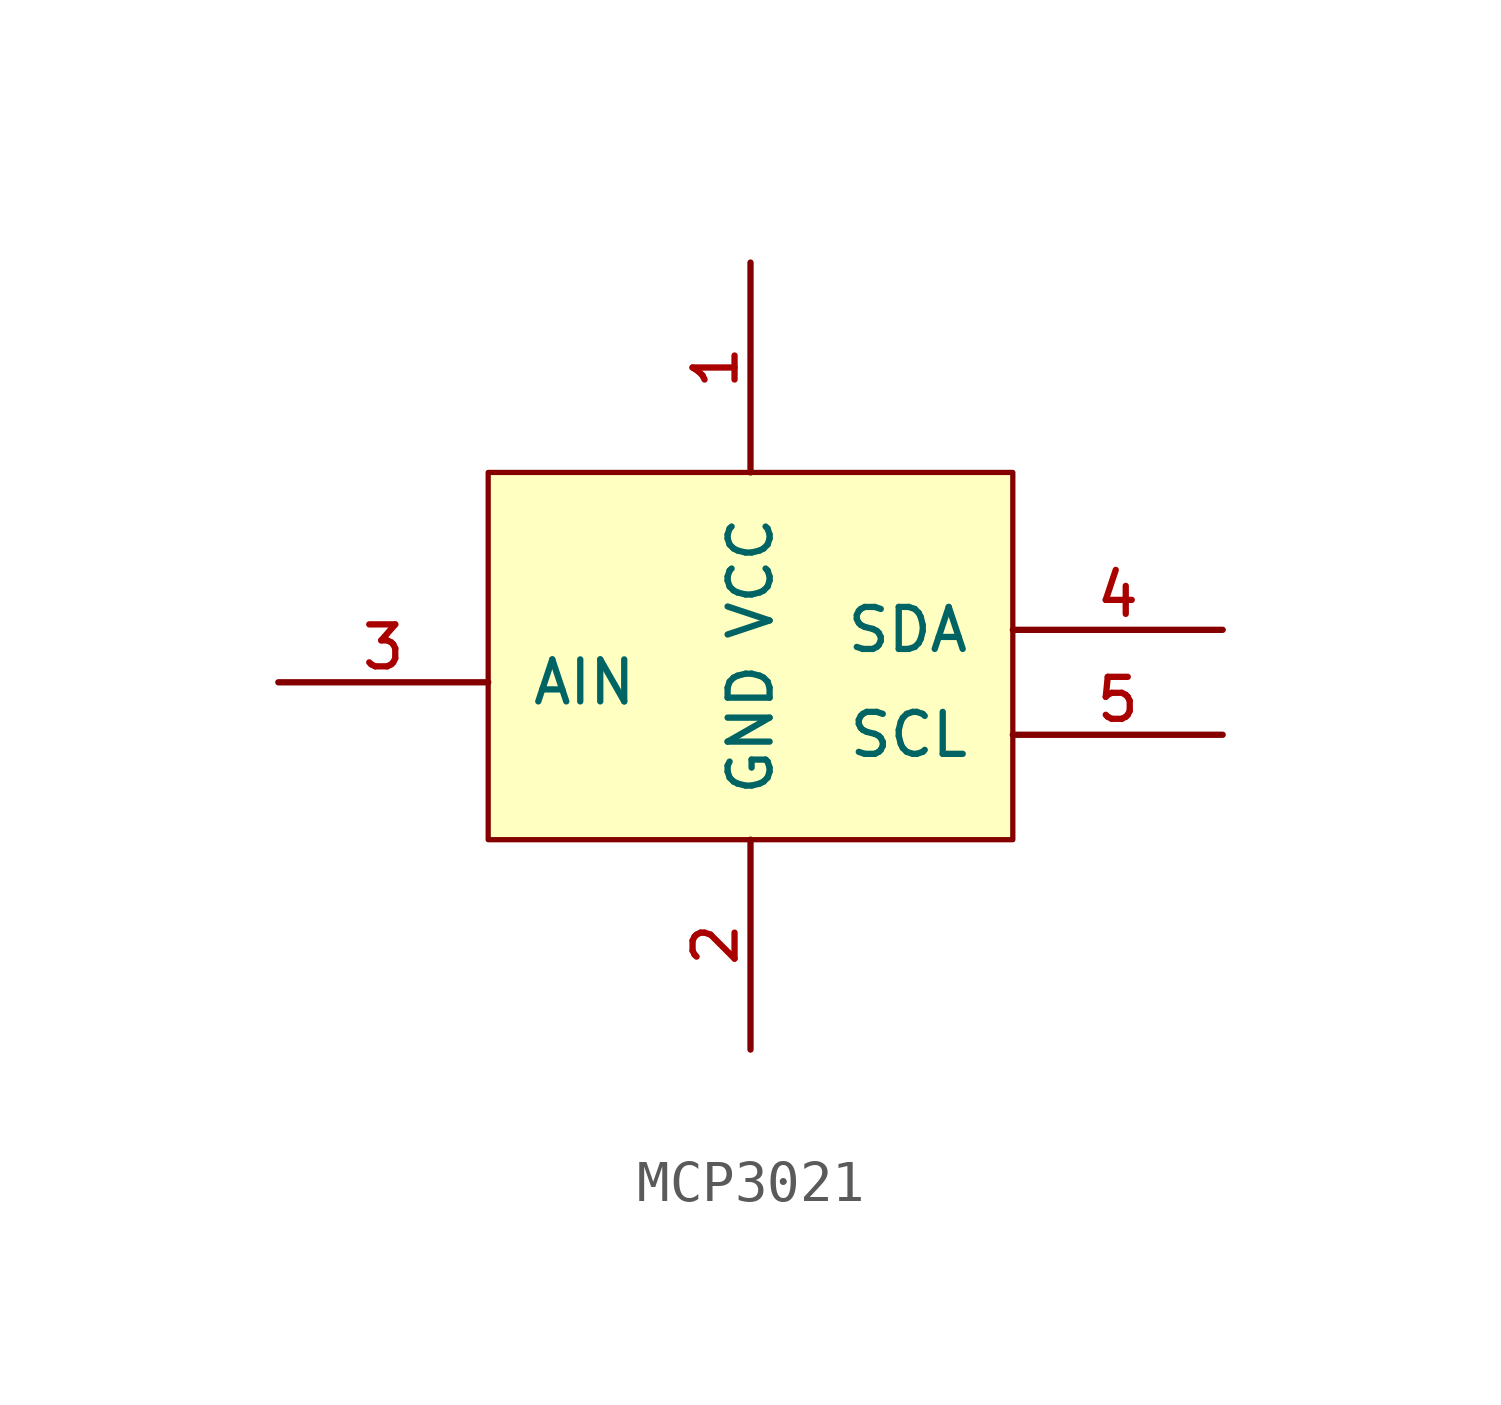
<source format=kicad_sym>
(kicad_symbol_lib
  (version 20211014)
  (generator kicad_symbol_editor)
  (symbol "MCP3021"
    (pin_names
      (offset 1.016))
    (property "Reference" "U"
      (at -5.08 6.35 0)
      (effects (font (size 1.27 1.27)) (justify left bottom) hide))
    (property "ki_locked" ""
      (at 0 0 0)
      (effects (font (size 1.27 1.27))))
    (symbol "MCP3021_0_0"
      (rectangle (start -12.7 3.81) (end 0 -5.08) (stroke (width 0.127) (type default) (color 0 0 0 0)) (fill (type background)))
      (pin power_in line (at -6.35 8.89 270) (length 5.08) (name "VCC" (effects (font (size 1.016 1.016)))) (number "1" (effects (font (size 1.016 1.016)))))
      (pin power_in line (at -6.35 -10.16 90) (length 5.08) (name "GND" (effects (font (size 1.016 1.016)))) (number "2" (effects (font (size 1.016 1.016)))))
      (pin input line (at -17.78 -1.27 0) (length 5.08) (name "AIN" (effects (font (size 1.016 1.016)))) (number "3" (effects (font (size 1.016 1.016)))))
      (pin bidirectional line (at 5.08 0 180) (length 5.08) (name "SDA" (effects (font (size 1.016 1.016)))) (number "4" (effects (font (size 1.016 1.016)))))
      (pin bidirectional line (at 5.08 -2.54 180) (length 5.08) (name "SCL" (effects (font (size 1.016 1.016)))) (number "5" (effects (font (size 1.016 1.016))))))))
</source>
